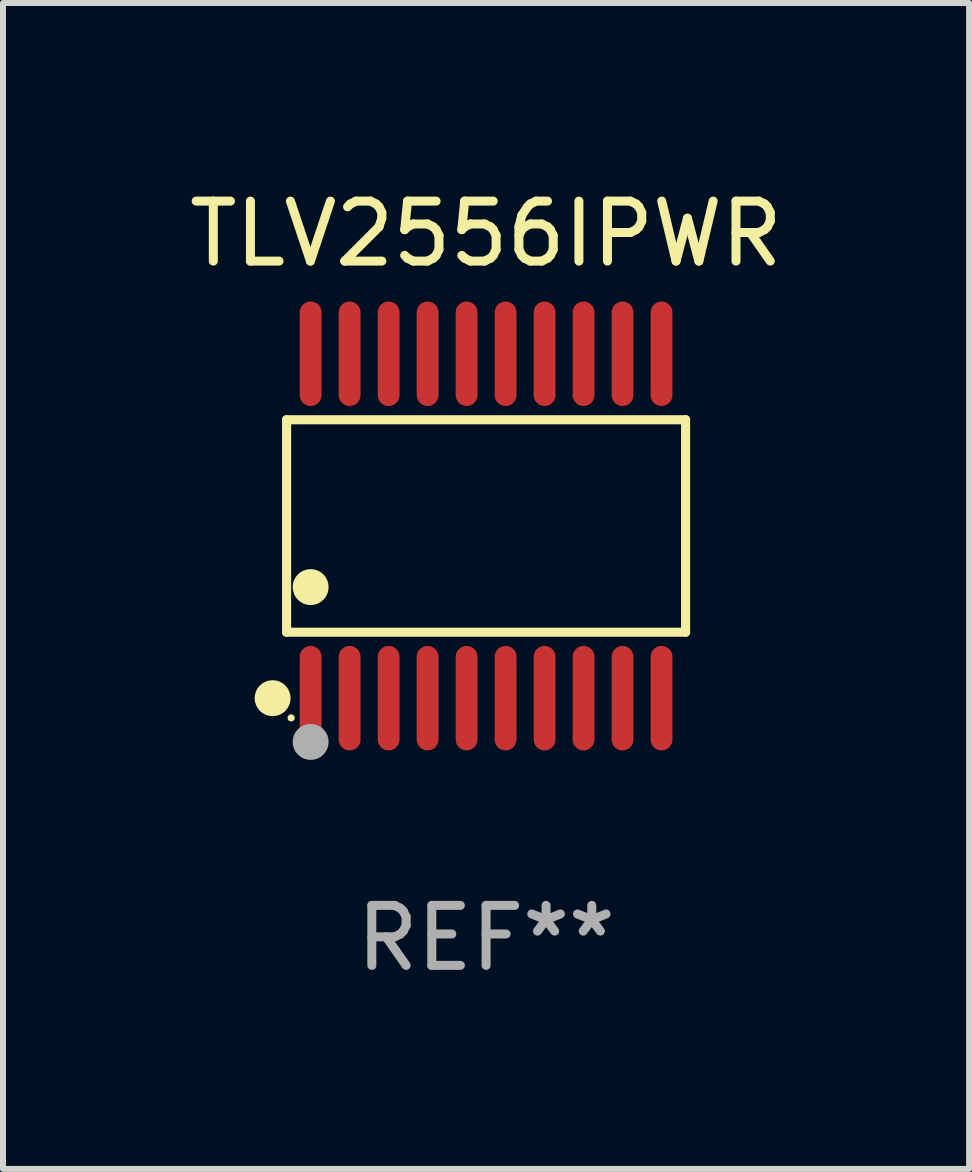
<source format=kicad_pcb>
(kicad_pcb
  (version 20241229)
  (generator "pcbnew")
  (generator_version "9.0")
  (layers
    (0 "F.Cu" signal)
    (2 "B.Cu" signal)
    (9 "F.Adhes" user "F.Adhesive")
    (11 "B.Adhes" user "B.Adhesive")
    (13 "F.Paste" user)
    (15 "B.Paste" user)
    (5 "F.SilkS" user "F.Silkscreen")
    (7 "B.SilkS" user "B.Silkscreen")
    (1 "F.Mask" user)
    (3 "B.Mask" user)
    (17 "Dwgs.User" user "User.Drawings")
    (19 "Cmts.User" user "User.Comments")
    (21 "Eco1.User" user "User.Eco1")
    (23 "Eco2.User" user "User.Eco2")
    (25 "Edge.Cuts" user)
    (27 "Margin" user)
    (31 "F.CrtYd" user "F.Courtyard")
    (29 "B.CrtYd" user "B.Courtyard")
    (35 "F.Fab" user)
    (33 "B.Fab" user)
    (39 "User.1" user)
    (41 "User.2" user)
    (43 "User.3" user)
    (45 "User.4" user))
  (footprint "TLV2556IPWR"
    (layer "F.Cu")
    (at 5.054 5.719)
    (property "Reference" "TLV2556IPWR" (at 0 -4.871 0) (layer "F.SilkS") (effects (font (size 1 1) (thickness 0.15))))
    (attr through_hole)
    (fp_line (start -3.326 -1.771) (end 3.326 -1.771) (stroke (width 0.152) (type solid)) (layer "F.SilkS"))
    (fp_line (start -3.326 1.771) (end -3.326 -1.771) (stroke (width 0.152) (type solid)) (layer "F.SilkS"))
    (fp_line (start 3.326 -1.771) (end 3.326 1.771) (stroke (width 0.152) (type solid)) (layer "F.SilkS"))
    (fp_line (start 3.326 1.771) (end -3.326 1.771) (stroke (width 0.152) (type solid)) (layer "F.SilkS"))
    (fp_circle (center -3.559 2.871) (end -3.409 2.871) (stroke (width 0.3) (type solid)) (fill no) (layer "F.SilkS"))
    (fp_circle (center -3.25 3.2) (end -3.22 3.2) (stroke (width 0.06) (type solid)) (fill no) (layer "F.SilkS"))
    (fp_circle (center -2.925 1.019) (end -2.775 1.019) (stroke (width 0.3) (type solid)) (fill no) (layer "F.SilkS"))
    (fp_circle (center -2.925 3.6) (end -2.775 3.6) (stroke (width 0.3) (type solid)) (fill no) (layer "F.Fab"))
    (fp_text user "REF**" (at 0 6.871 0) (layer "F.Fab") (effects (font (size 1 1) (thickness 0.15))))
    (pad "1" smd oval (at -2.925 2.871) (size 0.364 1.742) (layers "F.Cu" "F.Mask" "F.Paste"))
    (pad "2" smd oval (at -2.275 2.871) (size 0.364 1.742) (layers "F.Cu" "F.Mask" "F.Paste"))
    (pad "3" smd oval (at -1.625 2.871) (size 0.364 1.742) (layers "F.Cu" "F.Mask" "F.Paste"))
    (pad "4" smd oval (at -0.975 2.871) (size 0.364 1.742) (layers "F.Cu" "F.Mask" "F.Paste"))
    (pad "5" smd oval (at -0.325 2.871) (size 0.364 1.742) (layers "F.Cu" "F.Mask" "F.Paste"))
    (pad "6" smd oval (at 0.325 2.871) (size 0.364 1.742) (layers "F.Cu" "F.Mask" "F.Paste"))
    (pad "7" smd oval (at 0.975 2.871) (size 0.364 1.742) (layers "F.Cu" "F.Mask" "F.Paste"))
    (pad "8" smd oval (at 1.625 2.871) (size 0.364 1.742) (layers "F.Cu" "F.Mask" "F.Paste"))
    (pad "9" smd oval (at 2.275 2.871) (size 0.364 1.742) (layers "F.Cu" "F.Mask" "F.Paste"))
    (pad "10" smd oval (at 2.925 2.871) (size 0.364 1.742) (layers "F.Cu" "F.Mask" "F.Paste"))
    (pad "11" smd oval (at 2.925 -2.871) (size 0.364 1.742) (layers "F.Cu" "F.Mask" "F.Paste"))
    (pad "12" smd oval (at 2.275 -2.871) (size 0.364 1.742) (layers "F.Cu" "F.Mask" "F.Paste"))
    (pad "13" smd oval (at 1.625 -2.871) (size 0.364 1.742) (layers "F.Cu" "F.Mask" "F.Paste"))
    (pad "14" smd oval (at 0.975 -2.871) (size 0.364 1.742) (layers "F.Cu" "F.Mask" "F.Paste"))
    (pad "15" smd oval (at 0.325 -2.871) (size 0.364 1.742) (layers "F.Cu" "F.Mask" "F.Paste"))
    (pad "16" smd oval (at -0.325 -2.871) (size 0.364 1.742) (layers "F.Cu" "F.Mask" "F.Paste"))
    (pad "17" smd oval (at -0.975 -2.871) (size 0.364 1.742) (layers "F.Cu" "F.Mask" "F.Paste"))
    (pad "18" smd oval (at -1.625 -2.871) (size 0.364 1.742) (layers "F.Cu" "F.Mask" "F.Paste"))
    (pad "19" smd oval (at -2.275 -2.871) (size 0.364 1.742) (layers "F.Cu" "F.Mask" "F.Paste"))
    (pad "20" smd oval (at -2.925 -2.871) (size 0.364 1.742) (layers "F.Cu" "F.Mask" "F.Paste")))
  (gr_rect
    (start -3 -3)
    (end 13.107 16.438)
    (stroke (width 0.1) (type default))
    (fill no)
    (layer "Edge.Cuts")))
</source>
